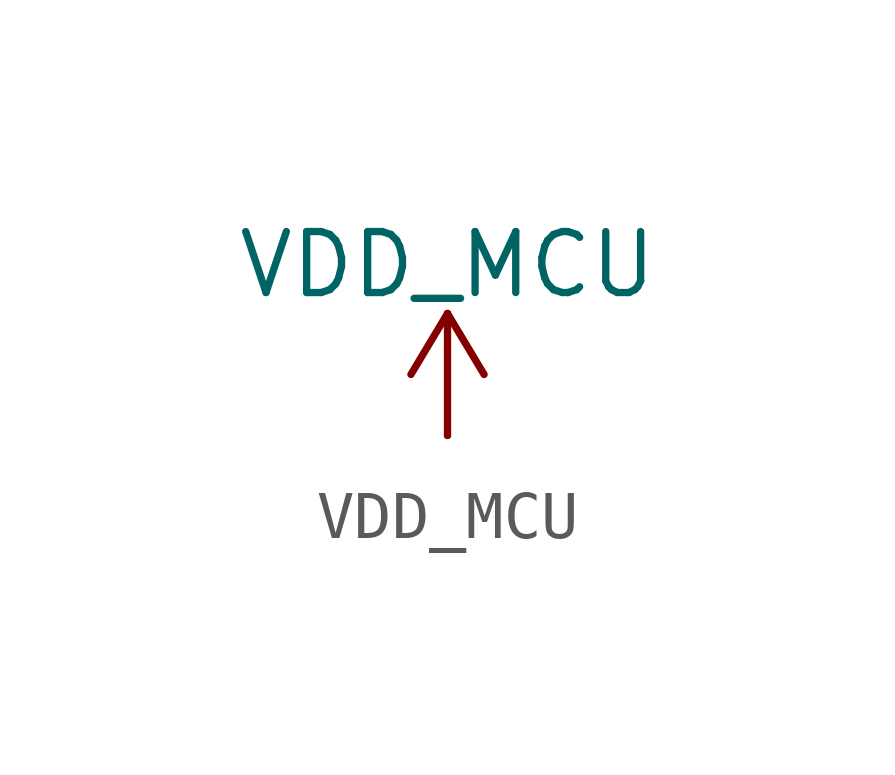
<source format=kicad_sym>
(kicad_symbol_lib
  (version 20241209)
  (generator "kicad_symbol_editor")
  (generator_version "9.0")
  (symbol "VDD_MCU"
    (power)
    (pin_numbers
      (hide yes))
    (pin_names
      (offset 0)
      (hide yes))
    (property "Reference" "#PWR"
      (at 0 -3.81 0)
      (effects (font (size 1.27 1.27)) (hide yes)))
    (property "Value" "VDD_MCU"
      (at 0 3.556 0)
      (effects (font (size 1.27 1.27))))
    (symbol "VDD_MCU_0_1"
      (polyline (pts (xy -0.762 1.27) (xy 0 2.54)) (stroke (width 0) (type default)) (fill (type none)))
      (polyline (pts (xy 0 2.54) (xy 0.762 1.27)) (stroke (width 0) (type default)) (fill (type none)))
      (polyline (pts (xy 0 0) (xy 0 2.54)) (stroke (width 0) (type default)) (fill (type none))))
    (symbol "VDD_MCU_1_1"
      (pin power_in line (at 0 0 90) (length 0) (name "~" (effects (font (size 1.27 1.27)))) (number "1" (effects (font (size 1.27 1.27))))))))
</source>
